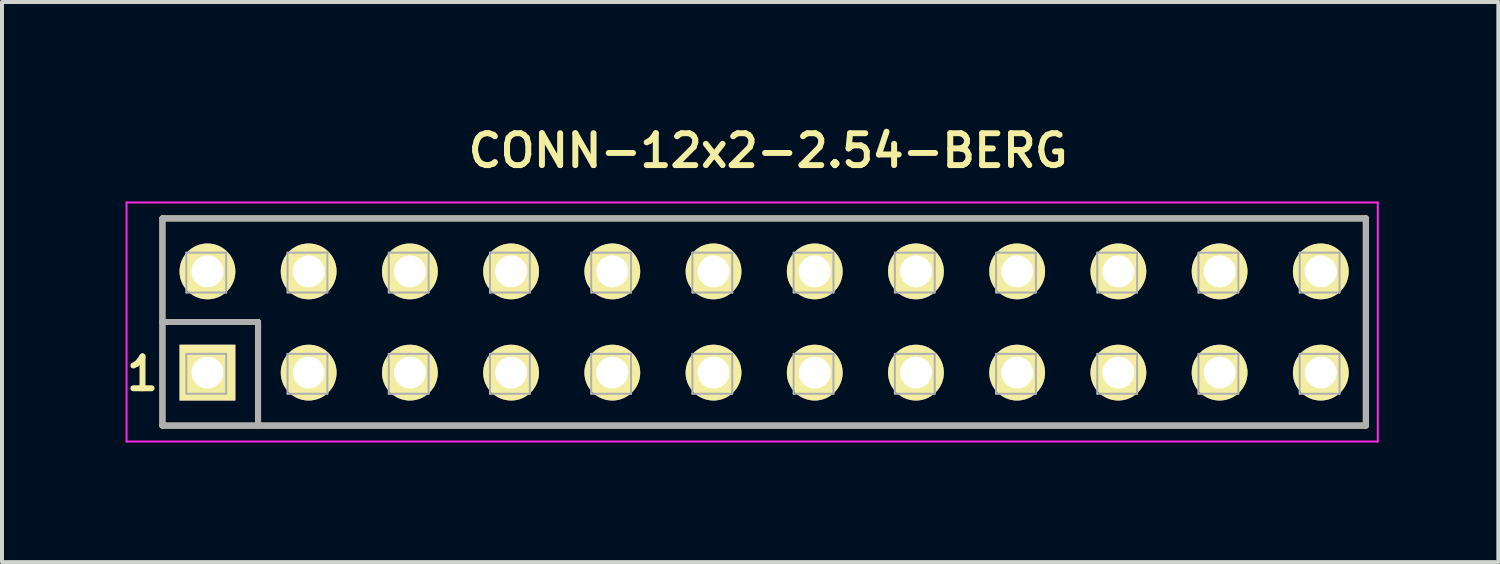
<source format=kicad_pcb>
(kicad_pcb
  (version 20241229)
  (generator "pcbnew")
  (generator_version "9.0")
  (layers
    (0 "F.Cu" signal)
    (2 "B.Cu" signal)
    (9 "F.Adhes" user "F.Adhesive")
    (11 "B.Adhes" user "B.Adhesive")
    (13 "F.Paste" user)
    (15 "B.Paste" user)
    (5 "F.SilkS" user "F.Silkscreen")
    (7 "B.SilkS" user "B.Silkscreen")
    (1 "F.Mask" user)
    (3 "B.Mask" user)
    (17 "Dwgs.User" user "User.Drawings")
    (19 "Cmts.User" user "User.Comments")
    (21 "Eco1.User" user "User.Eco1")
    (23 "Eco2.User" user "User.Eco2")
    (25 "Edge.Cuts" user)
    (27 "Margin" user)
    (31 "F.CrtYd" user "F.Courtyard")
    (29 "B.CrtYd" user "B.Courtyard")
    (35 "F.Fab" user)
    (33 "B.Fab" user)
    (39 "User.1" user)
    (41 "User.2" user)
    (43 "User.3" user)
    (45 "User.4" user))
  (footprint "CONN-12x2-2.54-BERG"
    (layer "F.Cu")
    (at 16.126 5.031)
    (property "Reference" "CONN-12x2-2.54-BERG" (at 0.1 -4.3 0) (layer "F.SilkS") (effects (font (size 0.8 0.8) (thickness 0.15))))
    (attr through_hole)
    (fp_line (start -15.1 -2.6) (end 15.1 -2.6) (stroke (width 0.15) (type solid)) (layer "F.SilkS"))
    (fp_line (start -15.1 0) (end -12.7 0) (stroke (width 0.15) (type solid)) (layer "F.SilkS"))
    (fp_line (start -15.1 2.6) (end -15.1 -2.6) (stroke (width 0.15) (type solid)) (layer "F.SilkS"))
    (fp_line (start -12.7 0) (end -12.7 2.6) (stroke (width 0.15) (type solid)) (layer "F.SilkS"))
    (fp_line (start 15.1 -2.6) (end 15.1 2.6) (stroke (width 0.15) (type solid)) (layer "F.SilkS"))
    (fp_line (start 15.1 2.6) (end -15.1 2.6) (stroke (width 0.15) (type solid)) (layer "F.SilkS"))
    (fp_line (start -16 -3) (end -16 3) (stroke (width 0.05) (type solid)) (layer "F.CrtYd"))
    (fp_line (start -16 3) (end 15.4 3) (stroke (width 0.05) (type solid)) (layer "F.CrtYd"))
    (fp_line (start 15.4 -3) (end -16 -3) (stroke (width 0.05) (type solid)) (layer "F.CrtYd"))
    (fp_line (start 15.4 3) (end 15.4 -3) (stroke (width 0.05) (type solid)) (layer "F.CrtYd"))
    (fp_line (start -15.1 -2.6) (end -15.1 2.6) (stroke (width 0.15) (type solid)) (layer "F.Fab"))
    (fp_line (start -15.1 0) (end -12.7 0) (stroke (width 0.15) (type solid)) (layer "F.Fab"))
    (fp_line (start -15.1 2.6) (end 15.1 2.6) (stroke (width 0.15) (type solid)) (layer "F.Fab"))
    (fp_line (start -14.5 -1.74) (end -14.5 -0.74) (stroke (width 0.05) (type solid)) (layer "F.Fab"))
    (fp_line (start -14.5 -0.74) (end -13.5 -0.74) (stroke (width 0.05) (type solid)) (layer "F.Fab"))
    (fp_line (start -14.5 0.8) (end -14.5 1.8) (stroke (width 0.05) (type solid)) (layer "F.Fab"))
    (fp_line (start -14.5 1.8) (end -13.5 1.8) (stroke (width 0.05) (type solid)) (layer "F.Fab"))
    (fp_line (start -13.5 -1.74) (end -14.5 -1.74) (stroke (width 0.05) (type solid)) (layer "F.Fab"))
    (fp_line (start -13.5 -0.74) (end -13.5 -1.74) (stroke (width 0.05) (type solid)) (layer "F.Fab"))
    (fp_line (start -13.5 0.8) (end -14.5 0.8) (stroke (width 0.05) (type solid)) (layer "F.Fab"))
    (fp_line (start -13.5 1.8) (end -13.5 0.8) (stroke (width 0.05) (type solid)) (layer "F.Fab"))
    (fp_line (start -12.7 0) (end -12.7 2.6) (stroke (width 0.15) (type solid)) (layer "F.Fab"))
    (fp_line (start -11.96 -1.74) (end -11.96 -0.74) (stroke (width 0.05) (type solid)) (layer "F.Fab"))
    (fp_line (start -11.96 -0.74) (end -10.96 -0.74) (stroke (width 0.05) (type solid)) (layer "F.Fab"))
    (fp_line (start -11.96 0.8) (end -11.96 1.8) (stroke (width 0.05) (type solid)) (layer "F.Fab"))
    (fp_line (start -11.96 1.8) (end -10.96 1.8) (stroke (width 0.05) (type solid)) (layer "F.Fab"))
    (fp_line (start -10.96 -1.74) (end -11.96 -1.74) (stroke (width 0.05) (type solid)) (layer "F.Fab"))
    (fp_line (start -10.96 -0.74) (end -10.96 -1.74) (stroke (width 0.05) (type solid)) (layer "F.Fab"))
    (fp_line (start -10.96 0.8) (end -11.96 0.8) (stroke (width 0.05) (type solid)) (layer "F.Fab"))
    (fp_line (start -10.96 1.8) (end -10.96 0.8) (stroke (width 0.05) (type solid)) (layer "F.Fab"))
    (fp_line (start -9.42 -1.74) (end -9.42 -0.74) (stroke (width 0.05) (type solid)) (layer "F.Fab"))
    (fp_line (start -9.42 -0.74) (end -8.42 -0.74) (stroke (width 0.05) (type solid)) (layer "F.Fab"))
    (fp_line (start -9.42 0.8) (end -9.42 1.8) (stroke (width 0.05) (type solid)) (layer "F.Fab"))
    (fp_line (start -9.42 1.8) (end -8.42 1.8) (stroke (width 0.05) (type solid)) (layer "F.Fab"))
    (fp_line (start -8.42 -1.74) (end -9.42 -1.74) (stroke (width 0.05) (type solid)) (layer "F.Fab"))
    (fp_line (start -8.42 -0.74) (end -8.42 -1.74) (stroke (width 0.05) (type solid)) (layer "F.Fab"))
    (fp_line (start -8.42 0.8) (end -9.42 0.8) (stroke (width 0.05) (type solid)) (layer "F.Fab"))
    (fp_line (start -8.42 1.8) (end -8.42 0.8) (stroke (width 0.05) (type solid)) (layer "F.Fab"))
    (fp_line (start -6.88 -1.74) (end -6.88 -0.74) (stroke (width 0.05) (type solid)) (layer "F.Fab"))
    (fp_line (start -6.88 -0.74) (end -5.88 -0.74) (stroke (width 0.05) (type solid)) (layer "F.Fab"))
    (fp_line (start -6.88 0.8) (end -6.88 1.8) (stroke (width 0.05) (type solid)) (layer "F.Fab"))
    (fp_line (start -6.88 1.8) (end -5.88 1.8) (stroke (width 0.05) (type solid)) (layer "F.Fab"))
    (fp_line (start -5.88 -1.74) (end -6.88 -1.74) (stroke (width 0.05) (type solid)) (layer "F.Fab"))
    (fp_line (start -5.88 -0.74) (end -5.88 -1.74) (stroke (width 0.05) (type solid)) (layer "F.Fab"))
    (fp_line (start -5.88 0.8) (end -6.88 0.8) (stroke (width 0.05) (type solid)) (layer "F.Fab"))
    (fp_line (start -5.88 1.8) (end -5.88 0.8) (stroke (width 0.05) (type solid)) (layer "F.Fab"))
    (fp_line (start -4.34 -1.74) (end -4.34 -0.74) (stroke (width 0.05) (type solid)) (layer "F.Fab"))
    (fp_line (start -4.34 -0.74) (end -3.34 -0.74) (stroke (width 0.05) (type solid)) (layer "F.Fab"))
    (fp_line (start -4.34 0.8) (end -4.34 1.8) (stroke (width 0.05) (type solid)) (layer "F.Fab"))
    (fp_line (start -4.34 1.8) (end -3.34 1.8) (stroke (width 0.05) (type solid)) (layer "F.Fab"))
    (fp_line (start -3.34 -1.74) (end -4.34 -1.74) (stroke (width 0.05) (type solid)) (layer "F.Fab"))
    (fp_line (start -3.34 -0.74) (end -3.34 -1.74) (stroke (width 0.05) (type solid)) (layer "F.Fab"))
    (fp_line (start -3.34 0.8) (end -4.34 0.8) (stroke (width 0.05) (type solid)) (layer "F.Fab"))
    (fp_line (start -3.34 1.8) (end -3.34 0.8) (stroke (width 0.05) (type solid)) (layer "F.Fab"))
    (fp_line (start -1.8 -1.74) (end -1.8 -0.74) (stroke (width 0.05) (type solid)) (layer "F.Fab"))
    (fp_line (start -1.8 -0.74) (end -0.8 -0.74) (stroke (width 0.05) (type solid)) (layer "F.Fab"))
    (fp_line (start -1.8 0.8) (end -1.8 1.8) (stroke (width 0.05) (type solid)) (layer "F.Fab"))
    (fp_line (start -1.8 1.8) (end -0.8 1.8) (stroke (width 0.05) (type solid)) (layer "F.Fab"))
    (fp_line (start -0.8 -1.74) (end -1.8 -1.74) (stroke (width 0.05) (type solid)) (layer "F.Fab"))
    (fp_line (start -0.8 -0.74) (end -0.8 -1.74) (stroke (width 0.05) (type solid)) (layer "F.Fab"))
    (fp_line (start -0.8 0.8) (end -1.8 0.8) (stroke (width 0.05) (type solid)) (layer "F.Fab"))
    (fp_line (start -0.8 1.8) (end -0.8 0.8) (stroke (width 0.05) (type solid)) (layer "F.Fab"))
    (fp_line (start 0.74 -1.74) (end 0.74 -0.74) (stroke (width 0.05) (type solid)) (layer "F.Fab"))
    (fp_line (start 0.74 -0.74) (end 1.74 -0.74) (stroke (width 0.05) (type solid)) (layer "F.Fab"))
    (fp_line (start 0.74 0.8) (end 0.74 1.8) (stroke (width 0.05) (type solid)) (layer "F.Fab"))
    (fp_line (start 0.74 1.8) (end 1.74 1.8) (stroke (width 0.05) (type solid)) (layer "F.Fab"))
    (fp_line (start 1.74 -1.74) (end 0.74 -1.74) (stroke (width 0.05) (type solid)) (layer "F.Fab"))
    (fp_line (start 1.74 -0.74) (end 1.74 -1.74) (stroke (width 0.05) (type solid)) (layer "F.Fab"))
    (fp_line (start 1.74 0.8) (end 0.74 0.8) (stroke (width 0.05) (type solid)) (layer "F.Fab"))
    (fp_line (start 1.74 1.8) (end 1.74 0.8) (stroke (width 0.05) (type solid)) (layer "F.Fab"))
    (fp_line (start 3.28 -1.74) (end 3.28 -0.74) (stroke (width 0.05) (type solid)) (layer "F.Fab"))
    (fp_line (start 3.28 -0.74) (end 4.28 -0.74) (stroke (width 0.05) (type solid)) (layer "F.Fab"))
    (fp_line (start 3.28 0.8) (end 3.28 1.8) (stroke (width 0.05) (type solid)) (layer "F.Fab"))
    (fp_line (start 3.28 1.8) (end 4.28 1.8) (stroke (width 0.05) (type solid)) (layer "F.Fab"))
    (fp_line (start 4.28 -1.74) (end 3.28 -1.74) (stroke (width 0.05) (type solid)) (layer "F.Fab"))
    (fp_line (start 4.28 -0.74) (end 4.28 -1.74) (stroke (width 0.05) (type solid)) (layer "F.Fab"))
    (fp_line (start 4.28 0.8) (end 3.28 0.8) (stroke (width 0.05) (type solid)) (layer "F.Fab"))
    (fp_line (start 4.28 1.8) (end 4.28 0.8) (stroke (width 0.05) (type solid)) (layer "F.Fab"))
    (fp_line (start 5.82 -1.74) (end 5.82 -0.74) (stroke (width 0.05) (type solid)) (layer "F.Fab"))
    (fp_line (start 5.82 -0.74) (end 6.82 -0.74) (stroke (width 0.05) (type solid)) (layer "F.Fab"))
    (fp_line (start 5.82 0.8) (end 5.82 1.8) (stroke (width 0.05) (type solid)) (layer "F.Fab"))
    (fp_line (start 5.82 1.8) (end 6.82 1.8) (stroke (width 0.05) (type solid)) (layer "F.Fab"))
    (fp_line (start 6.82 -1.74) (end 5.82 -1.74) (stroke (width 0.05) (type solid)) (layer "F.Fab"))
    (fp_line (start 6.82 -0.74) (end 6.82 -1.74) (stroke (width 0.05) (type solid)) (layer "F.Fab"))
    (fp_line (start 6.82 0.8) (end 5.82 0.8) (stroke (width 0.05) (type solid)) (layer "F.Fab"))
    (fp_line (start 6.82 1.8) (end 6.82 0.8) (stroke (width 0.05) (type solid)) (layer "F.Fab"))
    (fp_line (start 8.36 -1.74) (end 8.36 -0.74) (stroke (width 0.05) (type solid)) (layer "F.Fab"))
    (fp_line (start 8.36 -0.74) (end 9.36 -0.74) (stroke (width 0.05) (type solid)) (layer "F.Fab"))
    (fp_line (start 8.36 0.8) (end 8.36 1.8) (stroke (width 0.05) (type solid)) (layer "F.Fab"))
    (fp_line (start 8.36 1.8) (end 9.36 1.8) (stroke (width 0.05) (type solid)) (layer "F.Fab"))
    (fp_line (start 9.36 -1.74) (end 8.36 -1.74) (stroke (width 0.05) (type solid)) (layer "F.Fab"))
    (fp_line (start 9.36 -0.74) (end 9.36 -1.74) (stroke (width 0.05) (type solid)) (layer "F.Fab"))
    (fp_line (start 9.36 0.8) (end 8.36 0.8) (stroke (width 0.05) (type solid)) (layer "F.Fab"))
    (fp_line (start 9.36 1.8) (end 9.36 0.8) (stroke (width 0.05) (type solid)) (layer "F.Fab"))
    (fp_line (start 10.9 -1.74) (end 10.9 -0.74) (stroke (width 0.05) (type solid)) (layer "F.Fab"))
    (fp_line (start 10.9 -0.74) (end 11.9 -0.74) (stroke (width 0.05) (type solid)) (layer "F.Fab"))
    (fp_line (start 10.9 0.8) (end 10.9 1.8) (stroke (width 0.05) (type solid)) (layer "F.Fab"))
    (fp_line (start 10.9 1.8) (end 11.9 1.8) (stroke (width 0.05) (type solid)) (layer "F.Fab"))
    (fp_line (start 11.9 -1.74) (end 10.9 -1.74) (stroke (width 0.05) (type solid)) (layer "F.Fab"))
    (fp_line (start 11.9 -0.74) (end 11.9 -1.74) (stroke (width 0.05) (type solid)) (layer "F.Fab"))
    (fp_line (start 11.9 0.8) (end 10.9 0.8) (stroke (width 0.05) (type solid)) (layer "F.Fab"))
    (fp_line (start 11.9 1.8) (end 11.9 0.8) (stroke (width 0.05) (type solid)) (layer "F.Fab"))
    (fp_line (start 13.44 -1.74) (end 13.44 -0.74) (stroke (width 0.05) (type solid)) (layer "F.Fab"))
    (fp_line (start 13.44 -0.74) (end 14.44 -0.74) (stroke (width 0.05) (type solid)) (layer "F.Fab"))
    (fp_line (start 13.44 0.8) (end 13.44 1.8) (stroke (width 0.05) (type solid)) (layer "F.Fab"))
    (fp_line (start 13.44 1.8) (end 14.44 1.8) (stroke (width 0.05) (type solid)) (layer "F.Fab"))
    (fp_line (start 14.44 -1.74) (end 13.44 -1.74) (stroke (width 0.05) (type solid)) (layer "F.Fab"))
    (fp_line (start 14.44 -0.74) (end 14.44 -1.74) (stroke (width 0.05) (type solid)) (layer "F.Fab"))
    (fp_line (start 14.44 0.8) (end 13.44 0.8) (stroke (width 0.05) (type solid)) (layer "F.Fab"))
    (fp_line (start 14.44 1.8) (end 14.44 0.8) (stroke (width 0.05) (type solid)) (layer "F.Fab"))
    (fp_line (start 15.1 -2.6) (end -15.1 -2.6) (stroke (width 0.15) (type solid)) (layer "F.Fab"))
    (fp_line (start 15.1 2.6) (end 15.1 -2.6) (stroke (width 0.15) (type solid)) (layer "F.Fab"))
    (fp_text user "1" (at -15.6 1.3 0) (layer "F.SilkS") (effects (font (size 0.8 0.8) (thickness 0.15))))
    (pad "1" thru_hole rect (at -13.97 1.27) (size 1.4 1.4) (drill 0.8) (layers "*.Cu" "*.Mask" "F.SilkS"))
    (pad "2" thru_hole circle (at -13.97 -1.27) (size 1.4 1.4) (drill 0.8) (layers "*.Cu" "*.Mask" "F.SilkS"))
    (pad "3" thru_hole circle (at -11.43 1.27) (size 1.4 1.4) (drill 0.8) (layers "*.Cu" "*.Mask" "F.SilkS"))
    (pad "4" thru_hole circle (at -11.43 -1.27) (size 1.4 1.4) (drill 0.8) (layers "*.Cu" "*.Mask" "F.SilkS"))
    (pad "5" thru_hole circle (at -8.89 1.27) (size 1.4 1.4) (drill 0.8) (layers "*.Cu" "*.Mask" "F.SilkS"))
    (pad "6" thru_hole circle (at -8.89 -1.27) (size 1.4 1.4) (drill 0.8) (layers "*.Cu" "*.Mask" "F.SilkS"))
    (pad "7" thru_hole circle (at -6.35 1.27) (size 1.4 1.4) (drill 0.8) (layers "*.Cu" "*.Mask" "F.SilkS"))
    (pad "8" thru_hole circle (at -6.35 -1.27) (size 1.4 1.4) (drill 0.8) (layers "*.Cu" "*.Mask" "F.SilkS"))
    (pad "9" thru_hole circle (at -3.81 1.27) (size 1.4 1.4) (drill 0.8) (layers "*.Cu" "*.Mask" "F.SilkS"))
    (pad "10" thru_hole circle (at -3.81 -1.27) (size 1.4 1.4) (drill 0.8) (layers "*.Cu" "*.Mask" "F.SilkS"))
    (pad "11" thru_hole circle (at -1.27 1.27) (size 1.4 1.4) (drill 0.8) (layers "*.Cu" "*.Mask" "F.SilkS"))
    (pad "12" thru_hole circle (at -1.27 -1.27) (size 1.4 1.4) (drill 0.8) (layers "*.Cu" "*.Mask" "F.SilkS"))
    (pad "13" thru_hole circle (at 1.27 1.27) (size 1.4 1.4) (drill 0.8) (layers "*.Cu" "*.Mask" "F.SilkS"))
    (pad "14" thru_hole circle (at 1.27 -1.27) (size 1.4 1.4) (drill 0.8) (layers "*.Cu" "*.Mask" "F.SilkS"))
    (pad "15" thru_hole circle (at 3.81 1.27) (size 1.4 1.4) (drill 0.8) (layers "*.Cu" "*.Mask" "F.SilkS"))
    (pad "16" thru_hole circle (at 3.81 -1.27) (size 1.4 1.4) (drill 0.8) (layers "*.Cu" "*.Mask" "F.SilkS"))
    (pad "17" thru_hole circle (at 6.35 1.27) (size 1.4 1.4) (drill 0.8) (layers "*.Cu" "*.Mask" "F.SilkS"))
    (pad "18" thru_hole circle (at 6.35 -1.27) (size 1.4 1.4) (drill 0.8) (layers "*.Cu" "*.Mask" "F.SilkS"))
    (pad "19" thru_hole circle (at 8.89 1.27) (size 1.4 1.4) (drill 0.8) (layers "*.Cu" "*.Mask" "F.SilkS"))
    (pad "20" thru_hole circle (at 8.89 -1.27) (size 1.4 1.4) (drill 0.8) (layers "*.Cu" "*.Mask" "F.SilkS"))
    (pad "21" thru_hole circle (at 11.43 1.27) (size 1.4 1.4) (drill 0.8) (layers "*.Cu" "*.Mask" "F.SilkS"))
    (pad "22" thru_hole circle (at 11.43 -1.27) (size 1.4 1.4) (drill 0.8) (layers "*.Cu" "*.Mask" "F.SilkS"))
    (pad "23" thru_hole circle (at 13.97 1.27) (size 1.4 1.4) (drill 0.8) (layers "*.Cu" "*.Mask" "F.SilkS"))
    (pad "24" thru_hole circle (at 13.97 -1.27) (size 1.4 1.4) (drill 0.8) (layers "*.Cu" "*.Mask" "F.SilkS")))
  (gr_rect
    (start -3 -3)
    (end 34.551 11.056)
    (stroke (width 0.1) (type default))
    (fill no)
    (layer "Edge.Cuts")))
</source>
